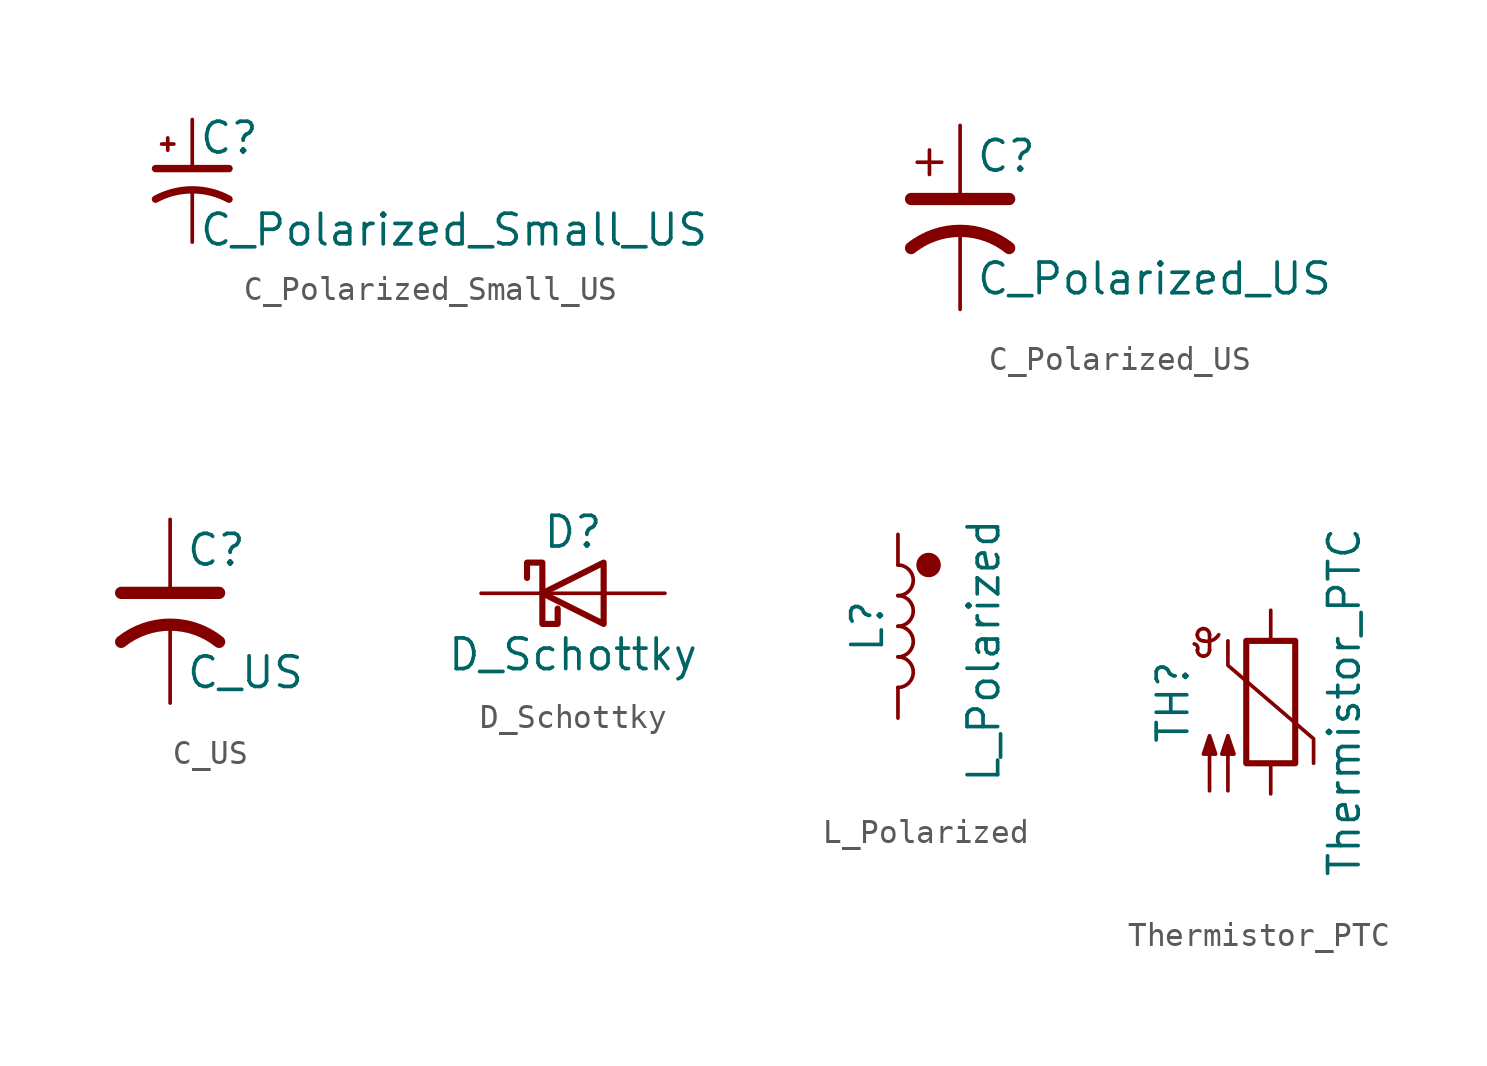
<source format=kicad_sym>
(kicad_symbol_lib
  (version 20241209)
  (generator "kicad_symbol_editor")
  (generator_version "9.0")
  (symbol "C_Polarized_Small_US"
    (pin_numbers
      (hide yes))
    (pin_names
      (offset 0.254)
      (hide yes))
    (property "Reference" "C"
      (at 0.254 1.778 0)
      (effects (font (size 1.27 1.27)) (justify left)))
    (property "Value" "C_Polarized_Small_US"
      (at 0.254 -2.032 0)
      (effects (font (size 1.27 1.27)) (justify left)))
    (symbol "C_Polarized_Small_US_0_1"
      (polyline (pts (xy -1.524 0.508) (xy 1.524 0.508)) (stroke (width 0.305) (type default)) (fill (type none)))
      (polyline (pts (xy -1.27 1.524) (xy -0.762 1.524)) (stroke (width 0) (type default)) (fill (type none)))
      (polyline (pts (xy -1.016 1.27) (xy -1.016 1.778)) (stroke (width 0) (type default)) (fill (type none)))
      (arc (start -1.524 -0.762) (mid 0 -0.3734) (end 1.524 -0.762) (stroke (width 0.3048) (type default)) (fill (type none))))
    (symbol "C_Polarized_Small_US_1_1"
      (pin passive line (at 0 2.54 270) (length 2.032) (name "~" (effects (font (size 1.27 1.27)))) (number "1" (effects (font (size 1.27 1.27)))))
      (pin passive line (at 0 -2.54 90) (length 2.032) (name "~" (effects (font (size 1.27 1.27)))) (number "2" (effects (font (size 1.27 1.27)))))))
  (symbol "C_Polarized_US"
    (pin_numbers
      (hide yes))
    (pin_names
      (offset 0.254)
      (hide yes))
    (property "Reference" "C"
      (at 0.635 2.54 0)
      (effects (font (size 1.27 1.27)) (justify left)))
    (property "Value" "C_Polarized_US"
      (at 0.635 -2.54 0)
      (effects (font (size 1.27 1.27)) (justify left)))
    (symbol "C_Polarized_US_0_1"
      (polyline (pts (xy -2.032 0.762) (xy 2.032 0.762)) (stroke (width 0.508) (type default)) (fill (type none)))
      (polyline (pts (xy -1.778 2.286) (xy -0.762 2.286)) (stroke (width 0) (type default)) (fill (type none)))
      (polyline (pts (xy -1.27 1.778) (xy -1.27 2.794)) (stroke (width 0) (type default)) (fill (type none)))
      (arc (start -2.032 -1.27) (mid 0 -0.5572) (end 2.032 -1.27) (stroke (width 0.508) (type default)) (fill (type none))))
    (symbol "C_Polarized_US_1_1"
      (pin passive line (at 0 3.81 270) (length 2.794) (name "~" (effects (font (size 1.27 1.27)))) (number "1" (effects (font (size 1.27 1.27)))))
      (pin passive line (at 0 -3.81 90) (length 3.302) (name "~" (effects (font (size 1.27 1.27)))) (number "2" (effects (font (size 1.27 1.27)))))))
  (symbol "C_US"
    (pin_numbers
      (hide yes))
    (pin_names
      (offset 0.254)
      (hide yes))
    (property "Reference" "C"
      (at 0.635 2.54 0)
      (effects (font (size 1.27 1.27)) (justify left)))
    (property "Value" "C_US"
      (at 0.635 -2.54 0)
      (effects (font (size 1.27 1.27)) (justify left)))
    (symbol "C_US_0_1"
      (polyline (pts (xy -2.032 0.762) (xy 2.032 0.762)) (stroke (width 0.508) (type default)) (fill (type none)))
      (arc (start -2.032 -1.27) (mid 0 -0.5572) (end 2.032 -1.27) (stroke (width 0.508) (type default)) (fill (type none))))
    (symbol "C_US_1_1"
      (pin passive line (at 0 3.81 270) (length 2.794) (name "~" (effects (font (size 1.27 1.27)))) (number "1" (effects (font (size 1.27 1.27)))))
      (pin passive line (at 0 -3.81 90) (length 3.302) (name "~" (effects (font (size 1.27 1.27)))) (number "2" (effects (font (size 1.27 1.27)))))))
  (symbol "D_Schottky"
    (pin_numbers
      (hide yes))
    (pin_names
      (offset 1.016)
      (hide yes))
    (property "Reference" "D"
      (at 0 2.54 0)
      (effects (font (size 1.27 1.27))))
    (property "Value" "D_Schottky"
      (at 0 -2.54 0)
      (effects (font (size 1.27 1.27))))
    (symbol "D_Schottky_0_1"
      (polyline (pts (xy -1.905 0.635) (xy -1.905 1.27) (xy -1.27 1.27) (xy -1.27 -1.27) (xy -0.635 -1.27) (xy -0.635 -0.635)) (stroke (width 0.254) (type default)) (fill (type none)))
      (polyline (pts (xy 1.27 1.27) (xy 1.27 -1.27) (xy -1.27 0) (xy 1.27 1.27)) (stroke (width 0.254) (type default)) (fill (type none)))
      (polyline (pts (xy 1.27 0) (xy -1.27 0)) (stroke (width 0) (type default)) (fill (type none))))
    (symbol "D_Schottky_1_1"
      (pin passive line (at -3.81 0 0) (length 2.54) (name "K" (effects (font (size 1.27 1.27)))) (number "1" (effects (font (size 1.27 1.27)))))
      (pin passive line (at 3.81 0 180) (length 2.54) (name "A" (effects (font (size 1.27 1.27)))) (number "2" (effects (font (size 1.27 1.27)))))))
  (symbol "L_Polarized"
    (pin_numbers
      (hide yes))
    (pin_names
      (offset 1.016)
      (hide yes))
    (property "Reference" "L"
      (at -1.27 0 90)
      (effects (font (size 1.27 1.27))))
    (property "Value" "L_Polarized"
      (at 3.556 -1.016 90)
      (effects (font (size 1.27 1.27))))
    (symbol "L_Polarized_0_1"
      (arc (start 0 2.54) (mid 0.6323 1.905) (end 0 1.27) (stroke (width 0) (type default)) (fill (type none)))
      (arc (start 0 1.27) (mid 0.6323 0.635) (end 0 0) (stroke (width 0) (type default)) (fill (type none)))
      (arc (start 0 0) (mid 0.6323 -0.635) (end 0 -1.27) (stroke (width 0) (type default)) (fill (type none)))
      (arc (start 0 -1.27) (mid 0.6323 -1.905) (end 0 -2.54) (stroke (width 0) (type default)) (fill (type none))))
    (symbol "L_Polarized_1_1"
      (circle (center 1.27 2.54) (radius 0.0001) (stroke (width 0.508) (type solid)) (fill (type none)))
      (pin passive line (at 0 3.81 270) (length 1.27) (name "1" (effects (font (size 1.27 1.27)))) (number "1" (effects (font (size 1.27 1.27)))))
      (pin passive line (at 0 -3.81 90) (length 1.27) (name "2" (effects (font (size 1.27 1.27)))) (number "2" (effects (font (size 1.27 1.27)))))))
  (symbol "Thermistor_PTC"
    (pin_numbers
      (hide yes))
    (pin_names
      (offset 0))
    (property "Reference" "TH"
      (at -4.064 0 90)
      (effects (font (size 1.27 1.27))))
    (property "Value" "Thermistor_PTC"
      (at 3.048 0 90)
      (effects (font (size 1.27 1.27))))
    (symbol "Thermistor_PTC_0_1"
      (arc (start -3.175 2.413) (mid -3.0506 2.3165) (end -3.048 2.159) (stroke (width 0) (type default)) (fill (type none)))
      (arc (start -3.048 2.794) (mid -2.9736 2.9736) (end -2.794 3.048) (stroke (width 0) (type default)) (fill (type none)))
      (arc (start -2.794 3.048) (mid -2.6144 2.9736) (end -2.54 2.794) (stroke (width 0) (type default)) (fill (type none)))
      (arc (start -2.794 2.54) (mid -2.9736 2.6144) (end -3.048 2.794) (stroke (width 0) (type default)) (fill (type none)))
      (arc (start -2.794 1.905) (mid -2.9736 1.9794) (end -3.048 2.159) (stroke (width 0) (type default)) (fill (type none)))
      (arc (start -2.54 2.159) (mid -2.6144 1.9794) (end -2.794 1.905) (stroke (width 0) (type default)) (fill (type none)))
      (arc (start -2.159 2.794) (mid -2.434 2.5608) (end -2.794 2.54) (stroke (width 0) (type default)) (fill (type none)))
      (polyline (pts (xy -2.54 2.159) (xy -2.54 2.794)) (stroke (width 0) (type default)) (fill (type none)))
      (polyline (pts (xy -2.54 -3.683) (xy -2.54 -1.397) (xy -2.794 -2.159) (xy -2.286 -2.159) (xy -2.54 -1.397) (xy -2.54 -1.651)) (stroke (width 0) (type default)) (fill (type outline)))
      (polyline (pts (xy -1.778 2.54) (xy -1.778 1.524) (xy 1.778 -1.524) (xy 1.778 -2.54)) (stroke (width 0) (type default)) (fill (type none)))
      (polyline (pts (xy -1.778 -3.683) (xy -1.778 -1.397) (xy -2.032 -2.159) (xy -1.524 -2.159) (xy -1.778 -1.397) (xy -1.778 -1.651)) (stroke (width 0) (type default)) (fill (type outline)))
      (rectangle (start -1.016 2.54) (end 1.016 -2.54) (stroke (width 0.254) (type default)) (fill (type none))))
    (symbol "Thermistor_PTC_1_1"
      (pin passive line (at 0 3.81 270) (length 1.27) (name "~" (effects (font (size 1.27 1.27)))) (number "1" (effects (font (size 1.27 1.27)))))
      (pin passive line (at 0 -3.81 90) (length 1.27) (name "~" (effects (font (size 1.27 1.27)))) (number "2" (effects (font (size 1.27 1.27))))))))
</source>
